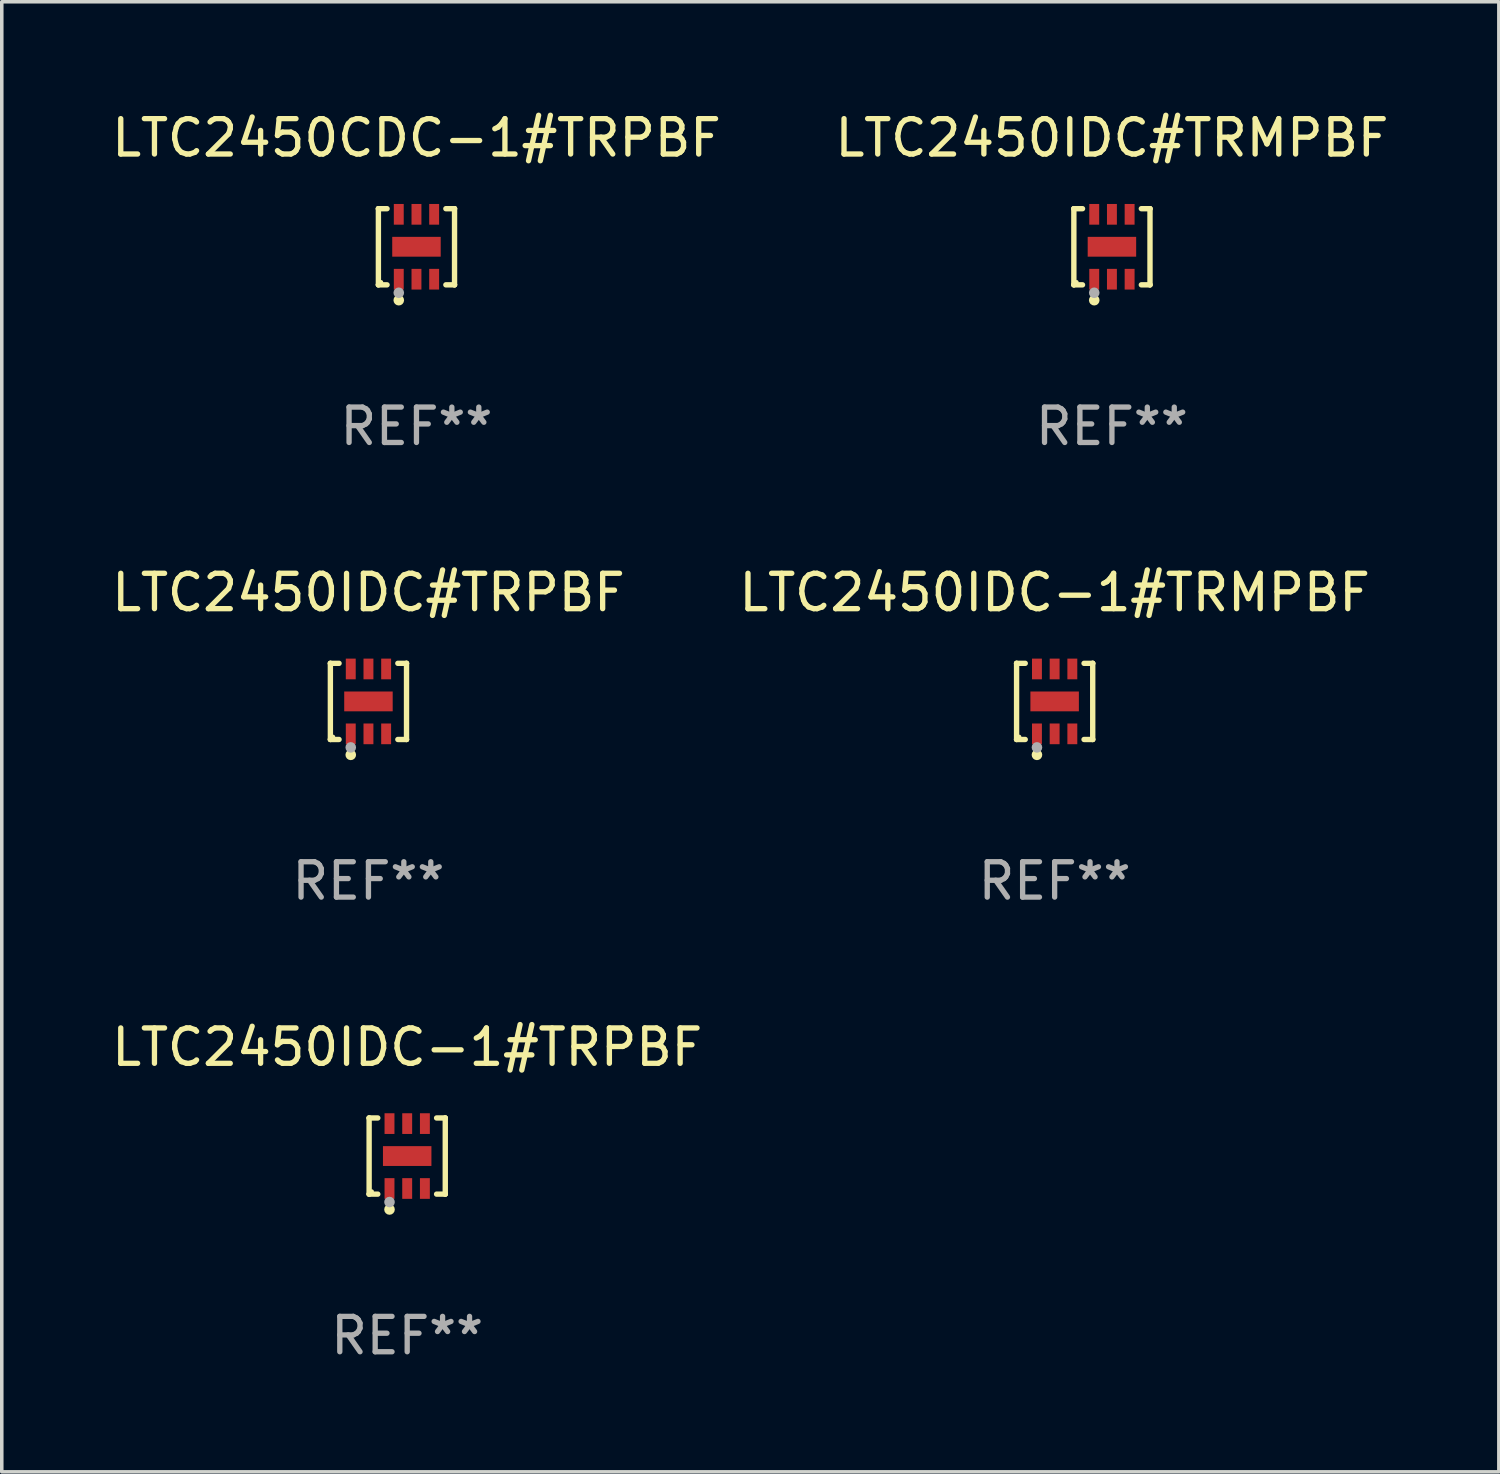
<source format=kicad_pcb>
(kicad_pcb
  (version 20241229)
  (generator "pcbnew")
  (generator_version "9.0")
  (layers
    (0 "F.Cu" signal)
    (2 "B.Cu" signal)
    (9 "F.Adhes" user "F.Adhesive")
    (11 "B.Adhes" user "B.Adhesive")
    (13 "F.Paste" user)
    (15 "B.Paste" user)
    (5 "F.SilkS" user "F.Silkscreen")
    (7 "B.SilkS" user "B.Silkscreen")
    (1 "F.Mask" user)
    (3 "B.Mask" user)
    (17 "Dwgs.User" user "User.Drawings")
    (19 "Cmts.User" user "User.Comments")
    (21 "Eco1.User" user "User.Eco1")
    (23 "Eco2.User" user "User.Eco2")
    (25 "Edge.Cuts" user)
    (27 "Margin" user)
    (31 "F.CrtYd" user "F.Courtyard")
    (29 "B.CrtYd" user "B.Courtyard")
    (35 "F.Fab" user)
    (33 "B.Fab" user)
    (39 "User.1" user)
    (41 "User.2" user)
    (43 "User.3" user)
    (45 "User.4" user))
  (footprint "LTC2450IDC#TRPBF"
    (layer "F.Cu")
    (at 7.363 16.773)
    (property "Reference" "LTC2450IDC#TRPBF" (at 0 -3.076 0) (layer "F.SilkS") (effects (font (size 1 1) (thickness 0.15))))
    (attr through_hole)
    (fp_line (start -1.076 -1.076) (end -1.076 -1.076) (stroke (width 0.152) (type solid)) (layer "F.SilkS"))
    (fp_line (start -1.076 -1.076) (end -0.831 -1.076) (stroke (width 0.152) (type solid)) (layer "F.SilkS"))
    (fp_line (start -1.076 1.076) (end -1.076 -1.076) (stroke (width 0.152) (type solid)) (layer "F.SilkS"))
    (fp_line (start -1.076 1.076) (end -1.076 1.076) (stroke (width 0.152) (type solid)) (layer "F.SilkS"))
    (fp_line (start -0.831 1.076) (end -1.076 1.076) (stroke (width 0.152) (type solid)) (layer "F.SilkS"))
    (fp_line (start 0.831 1.076) (end 1.076 1.076) (stroke (width 0.152) (type solid)) (layer "F.SilkS"))
    (fp_line (start 1.076 -1.076) (end 0.831 -1.076) (stroke (width 0.152) (type solid)) (layer "F.SilkS"))
    (fp_line (start 1.076 -1.076) (end 1.076 -1.076) (stroke (width 0.152) (type solid)) (layer "F.SilkS"))
    (fp_line (start 1.076 1.076) (end 1.076 -1.076) (stroke (width 0.152) (type solid)) (layer "F.SilkS"))
    (fp_line (start 1.076 1.076) (end 1.076 1.076) (stroke (width 0.152) (type solid)) (layer "F.SilkS"))
    (fp_circle (center -1 1) (end -0.97 1) (stroke (width 0.06) (type solid)) (fill no) (layer "F.SilkS"))
    (fp_circle (center -0.5 1.51) (end -0.425 1.51) (stroke (width 0.15) (type solid)) (fill no) (layer "F.SilkS"))
    (fp_circle (center -0.5 1.3) (end -0.425 1.3) (stroke (width 0.15) (type solid)) (fill no) (layer "F.Fab"))
    (fp_text user "REF**" (at 0 5.076 0) (layer "F.Fab") (effects (font (size 1 1) (thickness 0.15))))
    (pad "1" smd rect (at -0.5 0.917) (size 0.28 0.585) (layers "F.Cu" "F.Mask" "F.Paste"))
    (pad "2" smd rect (at 0 0.917) (size 0.28 0.585) (layers "F.Cu" "F.Mask" "F.Paste"))
    (pad "3" smd rect (at 0.5 0.917) (size 0.28 0.585) (layers "F.Cu" "F.Mask" "F.Paste"))
    (pad "4" smd rect (at 0.5 -0.917) (size 0.28 0.585) (layers "F.Cu" "F.Mask" "F.Paste"))
    (pad "5" smd rect (at 0 -0.917) (size 0.28 0.585) (layers "F.Cu" "F.Mask" "F.Paste"))
    (pad "6" smd rect (at -0.5 -0.917) (size 0.28 0.585) (layers "F.Cu" "F.Mask" "F.Paste"))
    (pad "7" smd rect (at 0 0) (size 1.37 0.56) (layers "F.Cu" "F.Mask" "F.Paste")))
  (footprint "LTC2450CDC-1#TRPBF"
    (layer "F.Cu")
    (at 8.72 3.924)
    (property "Reference" "LTC2450CDC-1#TRPBF" (at 0 -3.076 0) (layer "F.SilkS") (effects (font (size 1 1) (thickness 0.15))))
    (attr through_hole)
    (fp_line (start -1.076 -1.076) (end -1.076 -1.076) (stroke (width 0.152) (type solid)) (layer "F.SilkS"))
    (fp_line (start -1.076 -1.076) (end -0.831 -1.076) (stroke (width 0.152) (type solid)) (layer "F.SilkS"))
    (fp_line (start -1.076 1.076) (end -1.076 -1.076) (stroke (width 0.152) (type solid)) (layer "F.SilkS"))
    (fp_line (start -1.076 1.076) (end -1.076 1.076) (stroke (width 0.152) (type solid)) (layer "F.SilkS"))
    (fp_line (start -0.831 1.076) (end -1.076 1.076) (stroke (width 0.152) (type solid)) (layer "F.SilkS"))
    (fp_line (start 0.831 1.076) (end 1.076 1.076) (stroke (width 0.152) (type solid)) (layer "F.SilkS"))
    (fp_line (start 1.076 -1.076) (end 0.831 -1.076) (stroke (width 0.152) (type solid)) (layer "F.SilkS"))
    (fp_line (start 1.076 -1.076) (end 1.076 -1.076) (stroke (width 0.152) (type solid)) (layer "F.SilkS"))
    (fp_line (start 1.076 1.076) (end 1.076 -1.076) (stroke (width 0.152) (type solid)) (layer "F.SilkS"))
    (fp_line (start 1.076 1.076) (end 1.076 1.076) (stroke (width 0.152) (type solid)) (layer "F.SilkS"))
    (fp_circle (center -1 1) (end -0.97 1) (stroke (width 0.06) (type solid)) (fill no) (layer "F.SilkS"))
    (fp_circle (center -0.5 1.51) (end -0.425 1.51) (stroke (width 0.15) (type solid)) (fill no) (layer "F.SilkS"))
    (fp_circle (center -0.5 1.3) (end -0.425 1.3) (stroke (width 0.15) (type solid)) (fill no) (layer "F.Fab"))
    (fp_text user "REF**" (at 0 5.076 0) (layer "F.Fab") (effects (font (size 1 1) (thickness 0.15))))
    (pad "1" smd rect (at -0.5 0.917) (size 0.28 0.585) (layers "F.Cu" "F.Mask" "F.Paste"))
    (pad "2" smd rect (at 0 0.917) (size 0.28 0.585) (layers "F.Cu" "F.Mask" "F.Paste"))
    (pad "3" smd rect (at 0.5 0.917) (size 0.28 0.585) (layers "F.Cu" "F.Mask" "F.Paste"))
    (pad "4" smd rect (at 0.5 -0.917) (size 0.28 0.585) (layers "F.Cu" "F.Mask" "F.Paste"))
    (pad "5" smd rect (at 0 -0.917) (size 0.28 0.585) (layers "F.Cu" "F.Mask" "F.Paste"))
    (pad "6" smd rect (at -0.5 -0.917) (size 0.28 0.585) (layers "F.Cu" "F.Mask" "F.Paste"))
    (pad "7" smd rect (at 0 0) (size 1.37 0.56) (layers "F.Cu" "F.Mask" "F.Paste")))
  (footprint "LTC2450IDC-1#TRMPBF"
    (layer "F.Cu")
    (at 26.756 16.773)
    (property "Reference" "LTC2450IDC-1#TRMPBF" (at 0 -3.076 0) (layer "F.SilkS") (effects (font (size 1 1) (thickness 0.15))))
    (attr through_hole)
    (fp_line (start -1.076 -1.076) (end -1.076 -1.076) (stroke (width 0.152) (type solid)) (layer "F.SilkS"))
    (fp_line (start -1.076 -1.076) (end -0.831 -1.076) (stroke (width 0.152) (type solid)) (layer "F.SilkS"))
    (fp_line (start -1.076 1.076) (end -1.076 -1.076) (stroke (width 0.152) (type solid)) (layer "F.SilkS"))
    (fp_line (start -1.076 1.076) (end -1.076 1.076) (stroke (width 0.152) (type solid)) (layer "F.SilkS"))
    (fp_line (start -0.831 1.076) (end -1.076 1.076) (stroke (width 0.152) (type solid)) (layer "F.SilkS"))
    (fp_line (start 0.831 1.076) (end 1.076 1.076) (stroke (width 0.152) (type solid)) (layer "F.SilkS"))
    (fp_line (start 1.076 -1.076) (end 0.831 -1.076) (stroke (width 0.152) (type solid)) (layer "F.SilkS"))
    (fp_line (start 1.076 -1.076) (end 1.076 -1.076) (stroke (width 0.152) (type solid)) (layer "F.SilkS"))
    (fp_line (start 1.076 1.076) (end 1.076 -1.076) (stroke (width 0.152) (type solid)) (layer "F.SilkS"))
    (fp_line (start 1.076 1.076) (end 1.076 1.076) (stroke (width 0.152) (type solid)) (layer "F.SilkS"))
    (fp_circle (center -1 1) (end -0.97 1) (stroke (width 0.06) (type solid)) (fill no) (layer "F.SilkS"))
    (fp_circle (center -0.5 1.51) (end -0.425 1.51) (stroke (width 0.15) (type solid)) (fill no) (layer "F.SilkS"))
    (fp_circle (center -0.5 1.3) (end -0.425 1.3) (stroke (width 0.15) (type solid)) (fill no) (layer "F.Fab"))
    (fp_text user "REF**" (at 0 5.076 0) (layer "F.Fab") (effects (font (size 1 1) (thickness 0.15))))
    (pad "1" smd rect (at -0.5 0.917) (size 0.28 0.585) (layers "F.Cu" "F.Mask" "F.Paste"))
    (pad "2" smd rect (at 0 0.917) (size 0.28 0.585) (layers "F.Cu" "F.Mask" "F.Paste"))
    (pad "3" smd rect (at 0.5 0.917) (size 0.28 0.585) (layers "F.Cu" "F.Mask" "F.Paste"))
    (pad "4" smd rect (at 0.5 -0.917) (size 0.28 0.585) (layers "F.Cu" "F.Mask" "F.Paste"))
    (pad "5" smd rect (at 0 -0.917) (size 0.28 0.585) (layers "F.Cu" "F.Mask" "F.Paste"))
    (pad "6" smd rect (at -0.5 -0.917) (size 0.28 0.585) (layers "F.Cu" "F.Mask" "F.Paste"))
    (pad "7" smd rect (at 0 0) (size 1.37 0.56) (layers "F.Cu" "F.Mask" "F.Paste")))
  (footprint "LTC2450IDC#TRMPBF"
    (layer "F.Cu")
    (at 28.375 3.924)
    (property "Reference" "LTC2450IDC#TRMPBF" (at 0 -3.076 0) (layer "F.SilkS") (effects (font (size 1 1) (thickness 0.15))))
    (attr through_hole)
    (fp_line (start -1.076 -1.076) (end -1.076 -1.076) (stroke (width 0.152) (type solid)) (layer "F.SilkS"))
    (fp_line (start -1.076 -1.076) (end -0.831 -1.076) (stroke (width 0.152) (type solid)) (layer "F.SilkS"))
    (fp_line (start -1.076 1.076) (end -1.076 -1.076) (stroke (width 0.152) (type solid)) (layer "F.SilkS"))
    (fp_line (start -1.076 1.076) (end -1.076 1.076) (stroke (width 0.152) (type solid)) (layer "F.SilkS"))
    (fp_line (start -0.831 1.076) (end -1.076 1.076) (stroke (width 0.152) (type solid)) (layer "F.SilkS"))
    (fp_line (start 0.831 1.076) (end 1.076 1.076) (stroke (width 0.152) (type solid)) (layer "F.SilkS"))
    (fp_line (start 1.076 -1.076) (end 0.831 -1.076) (stroke (width 0.152) (type solid)) (layer "F.SilkS"))
    (fp_line (start 1.076 -1.076) (end 1.076 -1.076) (stroke (width 0.152) (type solid)) (layer "F.SilkS"))
    (fp_line (start 1.076 1.076) (end 1.076 -1.076) (stroke (width 0.152) (type solid)) (layer "F.SilkS"))
    (fp_line (start 1.076 1.076) (end 1.076 1.076) (stroke (width 0.152) (type solid)) (layer "F.SilkS"))
    (fp_circle (center -1 1) (end -0.97 1) (stroke (width 0.06) (type solid)) (fill no) (layer "F.SilkS"))
    (fp_circle (center -0.5 1.51) (end -0.425 1.51) (stroke (width 0.15) (type solid)) (fill no) (layer "F.SilkS"))
    (fp_circle (center -0.5 1.3) (end -0.425 1.3) (stroke (width 0.15) (type solid)) (fill no) (layer "F.Fab"))
    (fp_text user "REF**" (at 0 5.076 0) (layer "F.Fab") (effects (font (size 1 1) (thickness 0.15))))
    (pad "1" smd rect (at -0.5 0.917) (size 0.28 0.585) (layers "F.Cu" "F.Mask" "F.Paste"))
    (pad "2" smd rect (at 0 0.917) (size 0.28 0.585) (layers "F.Cu" "F.Mask" "F.Paste"))
    (pad "3" smd rect (at 0.5 0.917) (size 0.28 0.585) (layers "F.Cu" "F.Mask" "F.Paste"))
    (pad "4" smd rect (at 0.5 -0.917) (size 0.28 0.585) (layers "F.Cu" "F.Mask" "F.Paste"))
    (pad "5" smd rect (at 0 -0.917) (size 0.28 0.585) (layers "F.Cu" "F.Mask" "F.Paste"))
    (pad "6" smd rect (at -0.5 -0.917) (size 0.28 0.585) (layers "F.Cu" "F.Mask" "F.Paste"))
    (pad "7" smd rect (at 0 0) (size 1.37 0.56) (layers "F.Cu" "F.Mask" "F.Paste")))
  (footprint "LTC2450IDC-1#TRPBF"
    (layer "F.Cu")
    (at 8.458 29.622)
    (property "Reference" "LTC2450IDC-1#TRPBF" (at 0 -3.076 0) (layer "F.SilkS") (effects (font (size 1 1) (thickness 0.15))))
    (attr through_hole)
    (fp_line (start -1.076 -1.076) (end -1.076 -1.076) (stroke (width 0.152) (type solid)) (layer "F.SilkS"))
    (fp_line (start -1.076 -1.076) (end -0.831 -1.076) (stroke (width 0.152) (type solid)) (layer "F.SilkS"))
    (fp_line (start -1.076 1.076) (end -1.076 -1.076) (stroke (width 0.152) (type solid)) (layer "F.SilkS"))
    (fp_line (start -1.076 1.076) (end -1.076 1.076) (stroke (width 0.152) (type solid)) (layer "F.SilkS"))
    (fp_line (start -0.831 1.076) (end -1.076 1.076) (stroke (width 0.152) (type solid)) (layer "F.SilkS"))
    (fp_line (start 0.831 1.076) (end 1.076 1.076) (stroke (width 0.152) (type solid)) (layer "F.SilkS"))
    (fp_line (start 1.076 -1.076) (end 0.831 -1.076) (stroke (width 0.152) (type solid)) (layer "F.SilkS"))
    (fp_line (start 1.076 -1.076) (end 1.076 -1.076) (stroke (width 0.152) (type solid)) (layer "F.SilkS"))
    (fp_line (start 1.076 1.076) (end 1.076 -1.076) (stroke (width 0.152) (type solid)) (layer "F.SilkS"))
    (fp_line (start 1.076 1.076) (end 1.076 1.076) (stroke (width 0.152) (type solid)) (layer "F.SilkS"))
    (fp_circle (center -1 1) (end -0.97 1) (stroke (width 0.06) (type solid)) (fill no) (layer "F.SilkS"))
    (fp_circle (center -0.5 1.51) (end -0.425 1.51) (stroke (width 0.15) (type solid)) (fill no) (layer "F.SilkS"))
    (fp_circle (center -0.5 1.3) (end -0.425 1.3) (stroke (width 0.15) (type solid)) (fill no) (layer "F.Fab"))
    (fp_text user "REF**" (at 0 5.076 0) (layer "F.Fab") (effects (font (size 1 1) (thickness 0.15))))
    (pad "1" smd rect (at -0.5 0.917) (size 0.28 0.585) (layers "F.Cu" "F.Mask" "F.Paste"))
    (pad "2" smd rect (at 0 0.917) (size 0.28 0.585) (layers "F.Cu" "F.Mask" "F.Paste"))
    (pad "3" smd rect (at 0.5 0.917) (size 0.28 0.585) (layers "F.Cu" "F.Mask" "F.Paste"))
    (pad "4" smd rect (at 0.5 -0.917) (size 0.28 0.585) (layers "F.Cu" "F.Mask" "F.Paste"))
    (pad "5" smd rect (at 0 -0.917) (size 0.28 0.585) (layers "F.Cu" "F.Mask" "F.Paste"))
    (pad "6" smd rect (at -0.5 -0.917) (size 0.28 0.585) (layers "F.Cu" "F.Mask" "F.Paste"))
    (pad "7" smd rect (at 0 0) (size 1.37 0.56) (layers "F.Cu" "F.Mask" "F.Paste")))
  (gr_rect
    (start -3 -3)
    (end 39.31 38.547)
    (stroke (width 0.1) (type default))
    (fill no)
    (layer "Edge.Cuts")))
</source>
